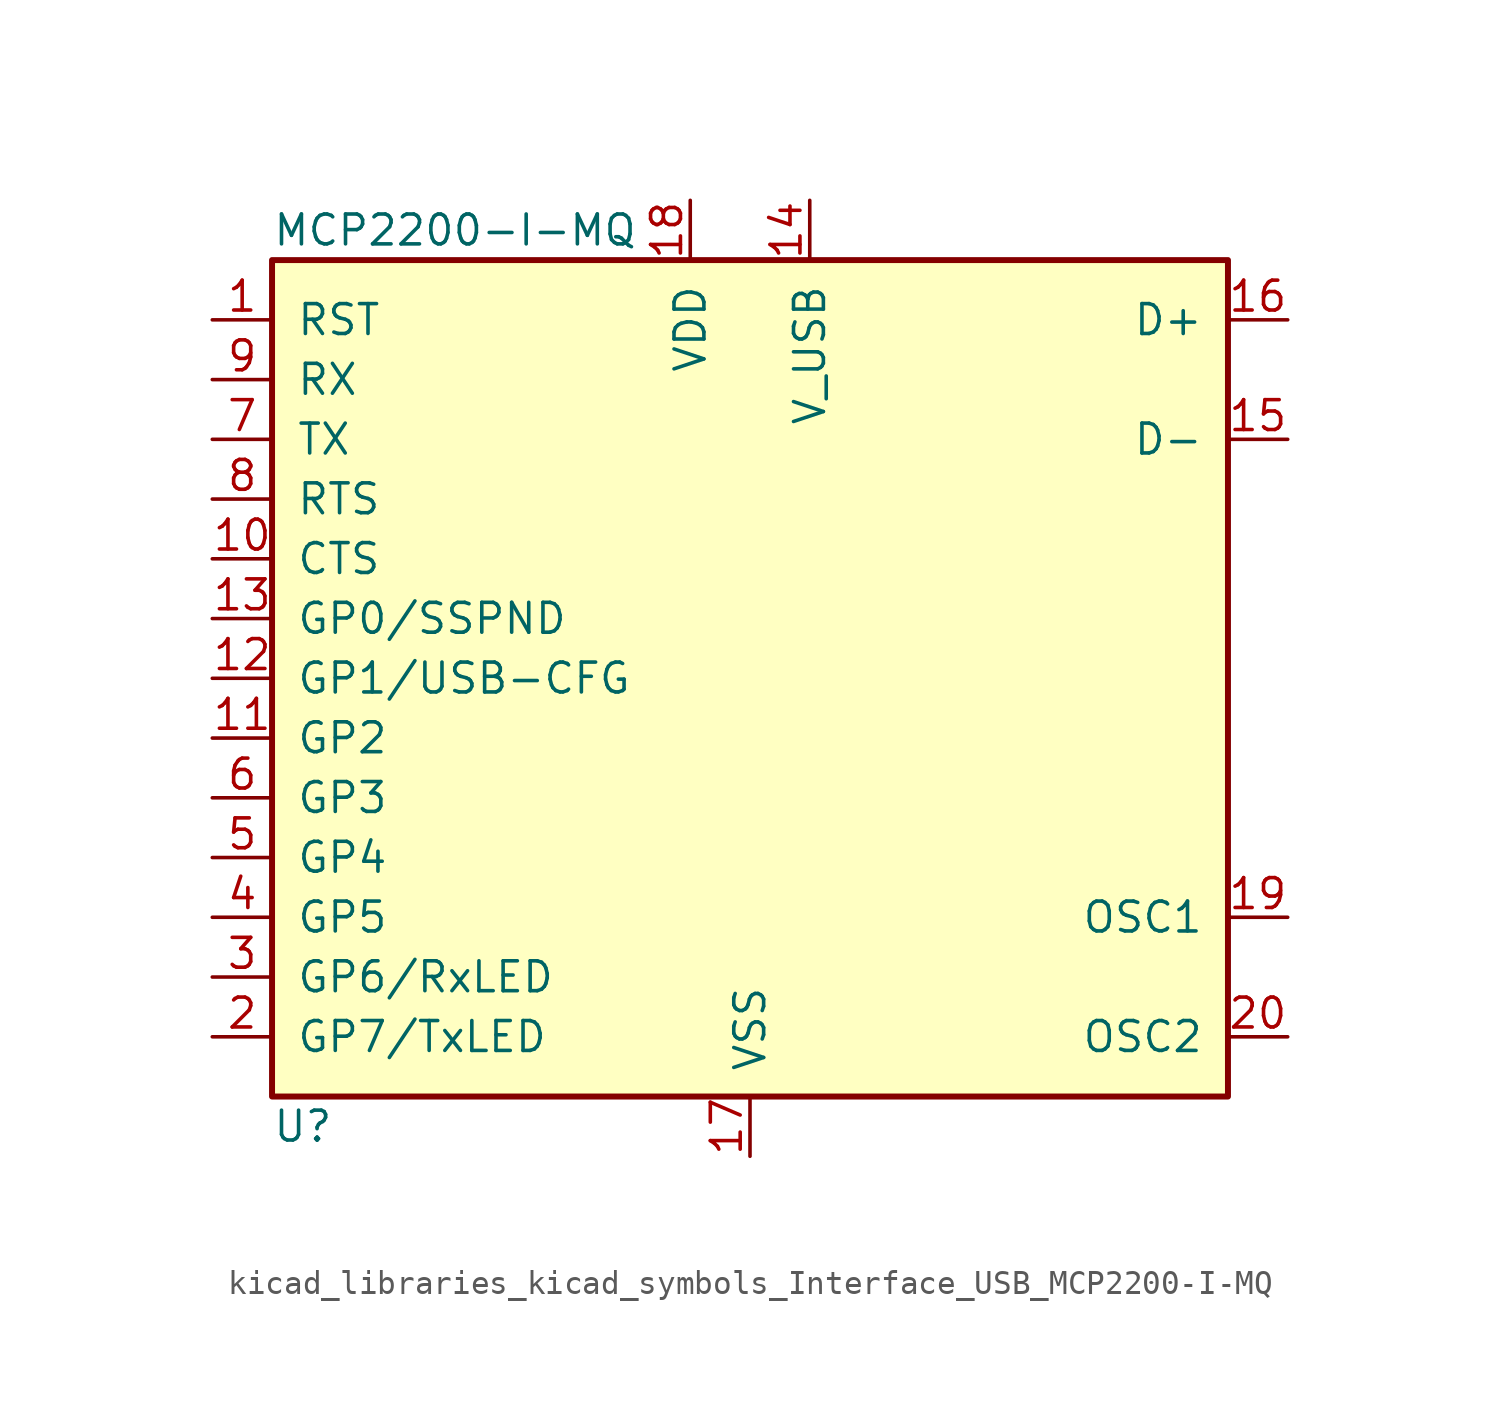
<source format=kicad_sym>
(kicad_symbol_lib
  (version 20220914)
  (generator kicad_symbol_editor)
  (symbol "kicad_libraries_kicad_symbols_Interface_USB_MCP2200-I-MQ"
    (pin_names
      (offset 1.016))
    (property "Reference" "U"
      (at -20.32 -19.05 0)
      (effects (font (size 1.27 1.27)) (justify left)))
    (property "Value" "MCP2200-I-MQ"
      (at -20.32 19.05 0)
      (effects (font (size 1.27 1.27)) (justify left)))
    (symbol "kicad_libraries_kicad_symbols_Interface_USB_MCP2200-I-MQ_0_1"
      (rectangle (start -20.32 17.78) (end 20.32 -17.78) (stroke (width 0.254) (type default)) (fill (type background))))
    (symbol "kicad_libraries_kicad_symbols_Interface_USB_MCP2200-I-MQ_1_1"
      (pin input line (at -22.86 15.24 0) (length 2.54) (name "RST" (effects (font (size 1.27 1.27)))) (number "1" (effects (font (size 1.27 1.27)))))
      (pin input line (at -22.86 5.08 0) (length 2.54) (name "CTS" (effects (font (size 1.27 1.27)))) (number "10" (effects (font (size 1.27 1.27)))))
      (pin bidirectional line (at -22.86 -2.54 0) (length 2.54) (name "GP2" (effects (font (size 1.27 1.27)))) (number "11" (effects (font (size 1.27 1.27)))))
      (pin bidirectional line (at -22.86 0 0) (length 2.54) (name "GP1/USB-CFG" (effects (font (size 1.27 1.27)))) (number "12" (effects (font (size 1.27 1.27)))))
      (pin bidirectional line (at -22.86 2.54 0) (length 2.54) (name "GP0/SSPND" (effects (font (size 1.27 1.27)))) (number "13" (effects (font (size 1.27 1.27)))))
      (pin power_in line (at 2.54 20.32 270) (length 2.54) (name "V_USB" (effects (font (size 1.27 1.27)))) (number "14" (effects (font (size 1.27 1.27)))))
      (pin bidirectional line (at 22.86 10.16 180) (length 2.54) (name "D-" (effects (font (size 1.27 1.27)))) (number "15" (effects (font (size 1.27 1.27)))))
      (pin bidirectional line (at 22.86 15.24 180) (length 2.54) (name "D+" (effects (font (size 1.27 1.27)))) (number "16" (effects (font (size 1.27 1.27)))))
      (pin power_in line (at 0 -20.32 90) (length 2.54) (name "VSS" (effects (font (size 1.27 1.27)))) (number "17" (effects (font (size 1.27 1.27)))))
      (pin power_in line (at -2.54 20.32 270) (length 2.54) (name "VDD" (effects (font (size 1.27 1.27)))) (number "18" (effects (font (size 1.27 1.27)))))
      (pin input line (at 22.86 -10.16 180) (length 2.54) (name "OSC1" (effects (font (size 1.27 1.27)))) (number "19" (effects (font (size 1.27 1.27)))))
      (pin bidirectional line (at -22.86 -15.24 0) (length 2.54) (name "GP7/TxLED" (effects (font (size 1.27 1.27)))) (number "2" (effects (font (size 1.27 1.27)))))
      (pin output line (at 22.86 -15.24 180) (length 2.54) (name "OSC2" (effects (font (size 1.27 1.27)))) (number "20" (effects (font (size 1.27 1.27)))))
      (pin no_connect line (at 20.32 0 180) (length 2.54) hide (name "EP" (effects (font (size 1.27 1.27)))) (number "21" (effects (font (size 1.27 1.27)))))
      (pin bidirectional line (at -22.86 -12.7 0) (length 2.54) (name "GP6/RxLED" (effects (font (size 1.27 1.27)))) (number "3" (effects (font (size 1.27 1.27)))))
      (pin bidirectional line (at -22.86 -10.16 0) (length 2.54) (name "GP5" (effects (font (size 1.27 1.27)))) (number "4" (effects (font (size 1.27 1.27)))))
      (pin bidirectional line (at -22.86 -7.62 0) (length 2.54) (name "GP4" (effects (font (size 1.27 1.27)))) (number "5" (effects (font (size 1.27 1.27)))))
      (pin bidirectional line (at -22.86 -5.08 0) (length 2.54) (name "GP3" (effects (font (size 1.27 1.27)))) (number "6" (effects (font (size 1.27 1.27)))))
      (pin output line (at -22.86 10.16 0) (length 2.54) (name "TX" (effects (font (size 1.27 1.27)))) (number "7" (effects (font (size 1.27 1.27)))))
      (pin output line (at -22.86 7.62 0) (length 2.54) (name "RTS" (effects (font (size 1.27 1.27)))) (number "8" (effects (font (size 1.27 1.27)))))
      (pin input line (at -22.86 12.7 0) (length 2.54) (name "RX" (effects (font (size 1.27 1.27)))) (number "9" (effects (font (size 1.27 1.27))))))))
</source>
